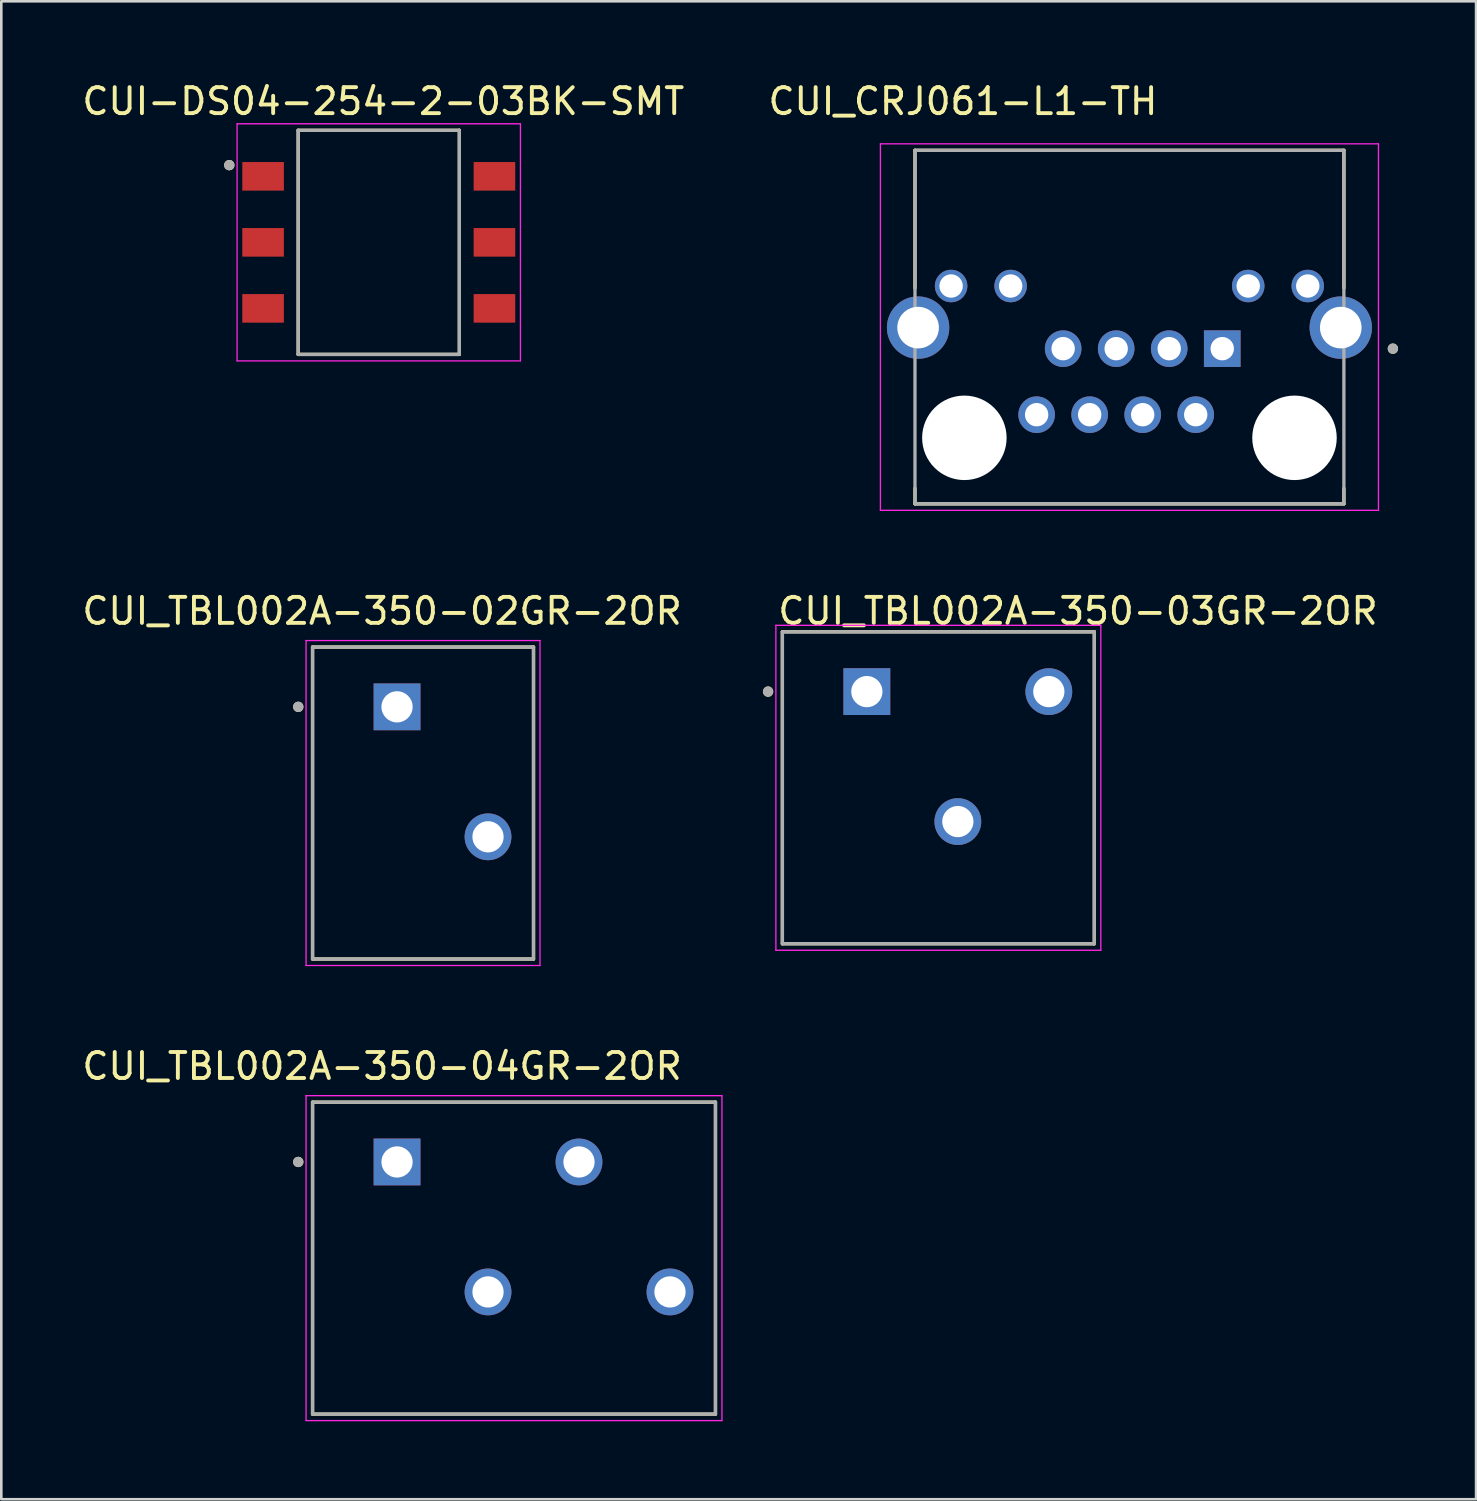
<source format=kicad_pcb>
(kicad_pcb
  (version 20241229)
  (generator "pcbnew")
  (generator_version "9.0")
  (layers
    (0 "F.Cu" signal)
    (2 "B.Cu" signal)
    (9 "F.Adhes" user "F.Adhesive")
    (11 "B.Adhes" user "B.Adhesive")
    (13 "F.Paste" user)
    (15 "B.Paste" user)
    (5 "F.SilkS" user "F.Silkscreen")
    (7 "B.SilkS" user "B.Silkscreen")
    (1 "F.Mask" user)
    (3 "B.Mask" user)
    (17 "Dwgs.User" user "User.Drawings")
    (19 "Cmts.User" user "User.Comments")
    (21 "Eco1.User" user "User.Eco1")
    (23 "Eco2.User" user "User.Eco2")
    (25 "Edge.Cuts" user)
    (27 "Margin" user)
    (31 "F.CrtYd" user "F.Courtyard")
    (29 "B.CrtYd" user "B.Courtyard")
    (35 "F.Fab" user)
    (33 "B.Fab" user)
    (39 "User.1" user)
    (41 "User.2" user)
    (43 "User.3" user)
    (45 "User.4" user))
  (footprint "CUI_TBL002A-350-03GR-2OR"
    (layer "F.Cu")
    (at 30.298 23.556)
    (property "Reference" "CUI_TBL002A-350-03GR-2OR" (at -3.5 -3.1 0) (layer "F.SilkS") (effects (font (size 1 1) (thickness 0.15)) (justify left)))
    (attr through_hole)
    (fp_line (start -3.25 -2.3) (end 8.75 -2.3) (stroke (width 0.127) (type solid)) (layer "F.SilkS"))
    (fp_line (start -3.25 9.7) (end -3.25 -2.3) (stroke (width 0.127) (type solid)) (layer "F.SilkS"))
    (fp_line (start 8.75 -2.3) (end 8.75 9.7) (stroke (width 0.127) (type solid)) (layer "F.SilkS"))
    (fp_line (start 8.75 9.7) (end -3.25 9.7) (stroke (width 0.127) (type solid)) (layer "F.SilkS"))
    (fp_circle (center -3.8 0) (end -3.7 0) (stroke (width 0.2) (type solid)) (fill no) (layer "F.SilkS"))
    (fp_line (start -3.5 -2.55) (end 9 -2.55) (stroke (width 0.05) (type solid)) (layer "F.CrtYd"))
    (fp_line (start -3.5 9.95) (end -3.5 -2.55) (stroke (width 0.05) (type solid)) (layer "F.CrtYd"))
    (fp_line (start 9 -2.55) (end 9 9.95) (stroke (width 0.05) (type solid)) (layer "F.CrtYd"))
    (fp_line (start 9 9.95) (end -3.5 9.95) (stroke (width 0.05) (type solid)) (layer "F.CrtYd"))
    (fp_line (start -3.25 -2.3) (end 8.75 -2.3) (stroke (width 0.127) (type solid)) (layer "F.Fab"))
    (fp_line (start -3.25 9.7) (end -3.25 -2.3) (stroke (width 0.127) (type solid)) (layer "F.Fab"))
    (fp_line (start 8.75 -2.3) (end 8.75 9.7) (stroke (width 0.127) (type solid)) (layer "F.Fab"))
    (fp_line (start 8.75 9.7) (end -3.25 9.7) (stroke (width 0.127) (type solid)) (layer "F.Fab"))
    (fp_circle (center -3.8 0) (end -3.7 0) (stroke (width 0.2) (type solid)) (fill no) (layer "F.Fab"))
    (pad "1" thru_hole rect (at 0 0) (size 1.8 1.8) (drill 1.2) (layers "*.Cu" "*.Mask"))
    (pad "2" thru_hole circle (at 3.5 5) (size 1.8 1.8) (drill 1.2) (layers "*.Cu" "*.Mask"))
    (pad "3" thru_hole circle (at 7 0) (size 1.8 1.8) (drill 1.2) (layers "*.Cu" "*.Mask")))
  (footprint "CUI_CRJ061-L1-TH"
    (layer "F.Cu")
    (at 40.399 13.793)
    (property "Reference" "CUI_CRJ061-L1-TH" (at -6.405 -12.945 0) (layer "F.SilkS") (effects (font (size 1 1) (thickness 0.15))))
    (attr through_hole)
    (fp_line (start -8.25 -11.06) (end 8.25 -11.06) (stroke (width 0.127) (type solid)) (layer "F.SilkS"))
    (fp_line (start -8.25 -5.76) (end -8.25 -11.06) (stroke (width 0.127) (type solid)) (layer "F.SilkS"))
    (fp_line (start -8.25 2.54) (end -8.25 1.945) (stroke (width 0.127) (type solid)) (layer "F.SilkS"))
    (fp_line (start 8.25 -11.06) (end 8.25 -5.76) (stroke (width 0.127) (type solid)) (layer "F.SilkS"))
    (fp_line (start 8.25 2.54) (end -8.25 2.54) (stroke (width 0.127) (type solid)) (layer "F.SilkS"))
    (fp_line (start 8.25 2.54) (end 8.25 1.945) (stroke (width 0.127) (type solid)) (layer "F.SilkS"))
    (fp_circle (center 10.135 -3.43) (end 10.235 -3.43) (stroke (width 0.2) (type solid)) (fill no) (layer "F.SilkS"))
    (fp_line (start -9.58 -11.31) (end -9.58 2.79) (stroke (width 0.05) (type solid)) (layer "F.CrtYd"))
    (fp_line (start -9.58 2.79) (end 9.58 2.79) (stroke (width 0.05) (type solid)) (layer "F.CrtYd"))
    (fp_line (start 9.58 -11.31) (end -9.58 -11.31) (stroke (width 0.05) (type solid)) (layer "F.CrtYd"))
    (fp_line (start 9.58 2.79) (end 9.58 -11.31) (stroke (width 0.05) (type solid)) (layer "F.CrtYd"))
    (fp_line (start -8.25 -11.06) (end 8.25 -11.06) (stroke (width 0.127) (type solid)) (layer "F.Fab"))
    (fp_line (start -8.25 2.54) (end -8.25 -11.06) (stroke (width 0.127) (type solid)) (layer "F.Fab"))
    (fp_line (start 8.25 -11.06) (end 8.25 2.54) (stroke (width 0.127) (type solid)) (layer "F.Fab"))
    (fp_line (start 8.25 2.54) (end -8.25 2.54) (stroke (width 0.127) (type solid)) (layer "F.Fab"))
    (fp_circle (center 10.135 -3.43) (end 10.235 -3.43) (stroke (width 0.2) (type solid)) (fill no) (layer "F.Fab"))
    (pad "" np_thru_hole circle (at -6.35 0) (size 3.25 3.25) (drill 3.25) (layers "*.Cu" "*.Mask"))
    (pad "" np_thru_hole circle (at 6.35 0) (size 3.25 3.25) (drill 3.25) (layers "*.Cu" "*.Mask"))
    (pad "1" thru_hole rect (at 3.57 -3.43) (size 1.408 1.408) (drill 0.9) (layers "*.Cu" "*.Mask"))
    (pad "2" thru_hole circle (at 2.55 -0.89) (size 1.408 1.408) (drill 0.9) (layers "*.Cu" "*.Mask"))
    (pad "3" thru_hole circle (at 1.53 -3.43) (size 1.408 1.408) (drill 0.9) (layers "*.Cu" "*.Mask"))
    (pad "4" thru_hole circle (at 0.51 -0.89) (size 1.408 1.408) (drill 0.9) (layers "*.Cu" "*.Mask"))
    (pad "5" thru_hole circle (at -0.51 -3.43) (size 1.408 1.408) (drill 0.9) (layers "*.Cu" "*.Mask"))
    (pad "6" thru_hole circle (at -1.53 -0.89) (size 1.408 1.408) (drill 0.9) (layers "*.Cu" "*.Mask"))
    (pad "7" thru_hole circle (at -2.55 -3.43) (size 1.408 1.408) (drill 0.9) (layers "*.Cu" "*.Mask"))
    (pad "8" thru_hole circle (at -3.57 -0.89) (size 1.408 1.408) (drill 0.9) (layers "*.Cu" "*.Mask"))
    (pad "9" thru_hole circle (at 6.86 -5.84) (size 1.25 1.25) (drill 0.9) (layers "*.Cu" "*.Mask"))
    (pad "10" thru_hole circle (at 4.57 -5.84) (size 1.25 1.25) (drill 0.9) (layers "*.Cu" "*.Mask"))
    (pad "11" thru_hole circle (at -4.57 -5.84) (size 1.25 1.25) (drill 0.9) (layers "*.Cu" "*.Mask"))
    (pad "12" thru_hole circle (at -6.86 -5.84) (size 1.25 1.25) (drill 0.9) (layers "*.Cu" "*.Mask"))
    (pad "S1" thru_hole circle (at 8.13 -4.24) (size 2.4 2.4) (drill 1.6) (layers "*.Cu" "*.Mask"))
    (pad "S2" thru_hole circle (at -8.13 -4.24) (size 2.4 2.4) (drill 1.6) (layers "*.Cu" "*.Mask")))
  (footprint "CUI_TBL002A-350-04GR-2OR"
    (layer "F.Cu")
    (at 12.224 41.65)
    (property "Reference" "CUI_TBL002A-350-04GR-2OR" (at -0.575 -3.685 0) (layer "F.SilkS") (effects (font (size 1 1) (thickness 0.15))))
    (attr through_hole)
    (fp_line (start -3.25 -2.3) (end 12.25 -2.3) (stroke (width 0.127) (type solid)) (layer "F.SilkS"))
    (fp_line (start -3.25 9.7) (end -3.25 -2.3) (stroke (width 0.127) (type solid)) (layer "F.SilkS"))
    (fp_line (start 12.25 -2.3) (end 12.25 9.7) (stroke (width 0.127) (type solid)) (layer "F.SilkS"))
    (fp_line (start 12.25 9.7) (end -3.25 9.7) (stroke (width 0.127) (type solid)) (layer "F.SilkS"))
    (fp_circle (center -3.8 0) (end -3.7 0) (stroke (width 0.2) (type solid)) (fill no) (layer "F.SilkS"))
    (fp_line (start -3.5 -2.55) (end 12.5 -2.55) (stroke (width 0.05) (type solid)) (layer "F.CrtYd"))
    (fp_line (start -3.5 9.95) (end -3.5 -2.55) (stroke (width 0.05) (type solid)) (layer "F.CrtYd"))
    (fp_line (start 12.5 -2.55) (end 12.5 9.95) (stroke (width 0.05) (type solid)) (layer "F.CrtYd"))
    (fp_line (start 12.5 9.95) (end -3.5 9.95) (stroke (width 0.05) (type solid)) (layer "F.CrtYd"))
    (fp_line (start -3.25 -2.3) (end 12.25 -2.3) (stroke (width 0.127) (type solid)) (layer "F.Fab"))
    (fp_line (start -3.25 9.7) (end -3.25 -2.3) (stroke (width 0.127) (type solid)) (layer "F.Fab"))
    (fp_line (start 12.25 -2.3) (end 12.25 9.7) (stroke (width 0.127) (type solid)) (layer "F.Fab"))
    (fp_line (start 12.25 9.7) (end -3.25 9.7) (stroke (width 0.127) (type solid)) (layer "F.Fab"))
    (fp_circle (center -3.8 0) (end -3.7 0) (stroke (width 0.2) (type solid)) (fill no) (layer "F.Fab"))
    (pad "1" thru_hole rect (at 0 0) (size 1.8 1.8) (drill 1.2) (layers "*.Cu" "*.Mask"))
    (pad "2" thru_hole circle (at 3.5 5) (size 1.8 1.8) (drill 1.2) (layers "*.Cu" "*.Mask"))
    (pad "3" thru_hole circle (at 7 0) (size 1.8 1.8) (drill 1.2) (layers "*.Cu" "*.Mask"))
    (pad "4" thru_hole circle (at 10.5 5) (size 1.8 1.8) (drill 1.2) (layers "*.Cu" "*.Mask")))
  (footprint "CUI-DS04-254-2-03BK-SMT"
    (layer "F.Cu")
    (at 11.521 6.273)
    (property "Reference" "CUI-DS04-254-2-03BK-SMT" (at 0.175 -5.425 0) (layer "F.SilkS") (effects (font (size 1 1) (thickness 0.15))))
    (attr smd)
    (fp_line (start -3.1 -4.31) (end 3.1 -4.31) (stroke (width 0.127) (type solid)) (layer "F.SilkS"))
    (fp_line (start -3.1 4.31) (end -3.1 -4.31) (stroke (width 0.127) (type solid)) (layer "F.SilkS"))
    (fp_line (start 3.1 -4.31) (end 3.1 4.31) (stroke (width 0.127) (type solid)) (layer "F.SilkS"))
    (fp_line (start 3.1 4.31) (end -3.1 4.31) (stroke (width 0.127) (type solid)) (layer "F.SilkS"))
    (fp_circle (center -5.75 -2.97) (end -5.65 -2.97) (stroke (width 0.2) (type solid)) (fill no) (layer "F.SilkS"))
    (fp_line (start -5.45 -4.56) (end -5.45 4.56) (stroke (width 0.05) (type solid)) (layer "F.CrtYd"))
    (fp_line (start -5.45 4.56) (end 5.45 4.56) (stroke (width 0.05) (type solid)) (layer "F.CrtYd"))
    (fp_line (start 5.45 -4.56) (end -5.45 -4.56) (stroke (width 0.05) (type solid)) (layer "F.CrtYd"))
    (fp_line (start 5.45 4.56) (end 5.45 -4.56) (stroke (width 0.05) (type solid)) (layer "F.CrtYd"))
    (fp_line (start -3.1 -4.31) (end 3.1 -4.31) (stroke (width 0.127) (type solid)) (layer "F.Fab"))
    (fp_line (start -3.1 4.31) (end -3.1 -4.31) (stroke (width 0.127) (type solid)) (layer "F.Fab"))
    (fp_line (start 3.1 -4.31) (end 3.1 4.31) (stroke (width 0.127) (type solid)) (layer "F.Fab"))
    (fp_line (start 3.1 4.31) (end -3.1 4.31) (stroke (width 0.127) (type solid)) (layer "F.Fab"))
    (fp_circle (center -5.75 -2.97) (end -5.65 -2.97) (stroke (width 0.2) (type solid)) (fill no) (layer "F.Fab"))
    (pad "1" smd rect (at -4.45 -2.54) (size 1.6 1.1) (layers "F.Cu" "F.Mask" "F.Paste"))
    (pad "2" smd rect (at -4.45 0) (size 1.6 1.1) (layers "F.Cu" "F.Mask" "F.Paste"))
    (pad "3" smd rect (at -4.45 2.54) (size 1.6 1.1) (layers "F.Cu" "F.Mask" "F.Paste"))
    (pad "4" smd rect (at 4.45 2.54 180) (size 1.6 1.1) (layers "F.Cu" "F.Mask" "F.Paste"))
    (pad "5" smd rect (at 4.45 0 180) (size 1.6 1.1) (layers "F.Cu" "F.Mask" "F.Paste"))
    (pad "6" smd rect (at 4.45 -2.54 180) (size 1.6 1.1) (layers "F.Cu" "F.Mask" "F.Paste")))
  (footprint "CUI_TBL002A-350-02GR-2OR"
    (layer "F.Cu")
    (at 12.224 24.142)
    (property "Reference" "CUI_TBL002A-350-02GR-2OR" (at -0.575 -3.685 0) (layer "F.SilkS") (effects (font (size 1 1) (thickness 0.15))))
    (attr through_hole)
    (fp_line (start -3.25 -2.3) (end 5.25 -2.3) (stroke (width 0.127) (type solid)) (layer "F.SilkS"))
    (fp_line (start -3.25 9.7) (end -3.25 -2.3) (stroke (width 0.127) (type solid)) (layer "F.SilkS"))
    (fp_line (start 5.25 -2.3) (end 5.25 9.7) (stroke (width 0.127) (type solid)) (layer "F.SilkS"))
    (fp_line (start 5.25 9.7) (end -3.25 9.7) (stroke (width 0.127) (type solid)) (layer "F.SilkS"))
    (fp_circle (center -3.8 0) (end -3.7 0) (stroke (width 0.2) (type solid)) (fill no) (layer "F.SilkS"))
    (fp_line (start -3.5 -2.55) (end 5.5 -2.55) (stroke (width 0.05) (type solid)) (layer "F.CrtYd"))
    (fp_line (start -3.5 9.95) (end -3.5 -2.55) (stroke (width 0.05) (type solid)) (layer "F.CrtYd"))
    (fp_line (start 5.5 -2.55) (end 5.5 9.95) (stroke (width 0.05) (type solid)) (layer "F.CrtYd"))
    (fp_line (start 5.5 9.95) (end -3.5 9.95) (stroke (width 0.05) (type solid)) (layer "F.CrtYd"))
    (fp_line (start -3.25 -2.3) (end 5.25 -2.3) (stroke (width 0.127) (type solid)) (layer "F.Fab"))
    (fp_line (start -3.25 9.7) (end -3.25 -2.3) (stroke (width 0.127) (type solid)) (layer "F.Fab"))
    (fp_line (start 5.25 -2.3) (end 5.25 9.7) (stroke (width 0.127) (type solid)) (layer "F.Fab"))
    (fp_line (start 5.25 9.7) (end -3.25 9.7) (stroke (width 0.127) (type solid)) (layer "F.Fab"))
    (fp_circle (center -3.8 0) (end -3.7 0) (stroke (width 0.2) (type solid)) (fill no) (layer "F.Fab"))
    (pad "1" thru_hole rect (at 0 0) (size 1.8 1.8) (drill 1.2) (layers "*.Cu" "*.Mask"))
    (pad "2" thru_hole circle (at 3.5 5) (size 1.8 1.8) (drill 1.2) (layers "*.Cu" "*.Mask")))
  (gr_rect
    (start -3 -3)
    (end 53.734 54.625)
    (stroke (width 0.1) (type default))
    (fill no)
    (layer "Edge.Cuts")))
</source>
